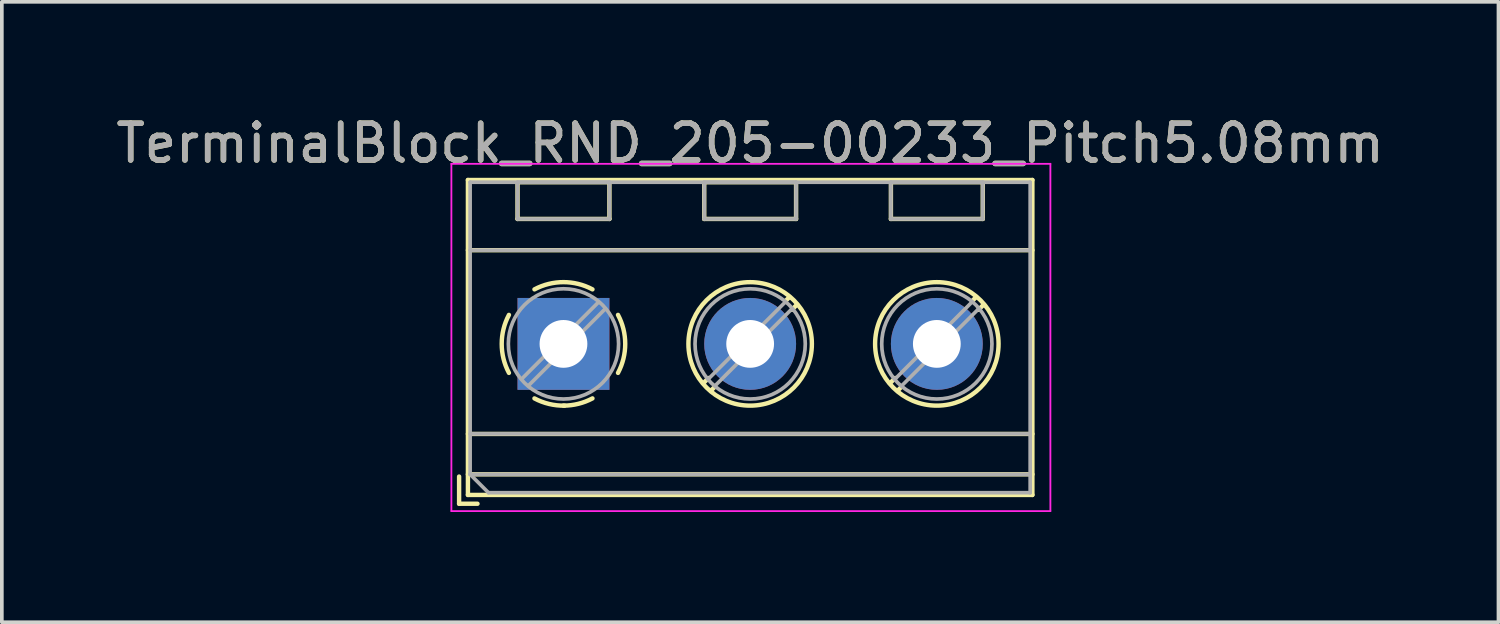
<source format=kicad_pcb>
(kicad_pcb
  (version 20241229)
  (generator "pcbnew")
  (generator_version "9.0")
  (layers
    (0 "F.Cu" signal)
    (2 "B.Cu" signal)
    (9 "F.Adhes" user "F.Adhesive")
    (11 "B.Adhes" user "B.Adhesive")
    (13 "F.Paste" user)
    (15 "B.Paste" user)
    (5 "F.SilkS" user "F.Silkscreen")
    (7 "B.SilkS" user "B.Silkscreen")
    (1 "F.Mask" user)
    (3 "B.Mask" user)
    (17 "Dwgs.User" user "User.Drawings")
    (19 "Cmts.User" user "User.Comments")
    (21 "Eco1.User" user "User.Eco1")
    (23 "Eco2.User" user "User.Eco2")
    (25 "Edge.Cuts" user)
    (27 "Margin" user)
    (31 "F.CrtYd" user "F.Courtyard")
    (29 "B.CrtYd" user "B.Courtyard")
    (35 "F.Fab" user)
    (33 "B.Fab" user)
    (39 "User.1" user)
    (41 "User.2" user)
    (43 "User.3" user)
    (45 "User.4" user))
  (footprint "TerminalBlock_RND_205-00233_Pitch5.08mm"
    (layer "F.Cu")
    (at 12.283 6.308)
    (property "Reference" "TerminalBlock_RND_205-00233_Pitch5.08mm" (at 5.08 -5.46 0) (layer "F.SilkS") (effects (font (size 1 1) (thickness 0.15))))
    (attr through_hole)
    (fp_line (start -2.84 3.61) (end -2.84 4.35) (stroke (width 0.12) (type solid)) (layer "F.SilkS"))
    (fp_line (start -2.84 4.35) (end -2.34 4.35) (stroke (width 0.12) (type solid)) (layer "F.SilkS"))
    (fp_line (start -2.6 -4.46) (end -2.6 4.11) (stroke (width 0.12) (type solid)) (layer "F.SilkS"))
    (fp_line (start -2.6 -2.55) (end 12.76 -2.55) (stroke (width 0.12) (type solid)) (layer "F.SilkS"))
    (fp_line (start -2.6 2.45) (end 12.76 2.45) (stroke (width 0.12) (type solid)) (layer "F.SilkS"))
    (fp_line (start -2.6 3.55) (end 12.76 3.55) (stroke (width 0.12) (type solid)) (layer "F.SilkS"))
    (fp_line (start -2.6 4.11) (end 12.76 4.11) (stroke (width 0.12) (type solid)) (layer "F.SilkS"))
    (fp_line (start -1.25 -4.4) (end -1.25 -3.4) (stroke (width 0.12) (type solid)) (layer "F.SilkS"))
    (fp_line (start -1.25 -4.4) (end 1.25 -4.4) (stroke (width 0.12) (type solid)) (layer "F.SilkS"))
    (fp_line (start -1.25 -3.4) (end 1.25 -3.4) (stroke (width 0.12) (type solid)) (layer "F.SilkS"))
    (fp_line (start 1.25 -4.4) (end 1.25 -3.4) (stroke (width 0.12) (type solid)) (layer "F.SilkS"))
    (fp_line (start 3.83 -4.4) (end 3.83 -3.4) (stroke (width 0.12) (type solid)) (layer "F.SilkS"))
    (fp_line (start 3.83 -4.4) (end 6.33 -4.4) (stroke (width 0.12) (type solid)) (layer "F.SilkS"))
    (fp_line (start 3.83 -3.4) (end 6.33 -3.4) (stroke (width 0.12) (type solid)) (layer "F.SilkS"))
    (fp_line (start 3.947 0.929) (end 3.806 1.069) (stroke (width 0.12) (type solid)) (layer "F.SilkS"))
    (fp_line (start 4.117 1.169) (end 4.011 1.274) (stroke (width 0.12) (type solid)) (layer "F.SilkS"))
    (fp_line (start 6.15 -1.275) (end 6.044 -1.169) (stroke (width 0.12) (type solid)) (layer "F.SilkS"))
    (fp_line (start 6.33 -4.4) (end 6.33 -3.4) (stroke (width 0.12) (type solid)) (layer "F.SilkS"))
    (fp_line (start 6.355 -1.069) (end 6.214 -0.929) (stroke (width 0.12) (type solid)) (layer "F.SilkS"))
    (fp_line (start 8.91 -4.4) (end 8.91 -3.4) (stroke (width 0.12) (type solid)) (layer "F.SilkS"))
    (fp_line (start 8.91 -4.4) (end 11.41 -4.4) (stroke (width 0.12) (type solid)) (layer "F.SilkS"))
    (fp_line (start 8.91 -3.4) (end 11.41 -3.4) (stroke (width 0.12) (type solid)) (layer "F.SilkS"))
    (fp_line (start 9.027 0.929) (end 8.886 1.069) (stroke (width 0.12) (type solid)) (layer "F.SilkS"))
    (fp_line (start 9.197 1.169) (end 9.091 1.274) (stroke (width 0.12) (type solid)) (layer "F.SilkS"))
    (fp_line (start 11.23 -1.275) (end 11.124 -1.169) (stroke (width 0.12) (type solid)) (layer "F.SilkS"))
    (fp_line (start 11.41 -4.4) (end 11.41 -3.4) (stroke (width 0.12) (type solid)) (layer "F.SilkS"))
    (fp_line (start 11.435 -1.069) (end 11.294 -0.929) (stroke (width 0.12) (type solid)) (layer "F.SilkS"))
    (fp_line (start 12.76 -4.46) (end -2.6 -4.46) (stroke (width 0.12) (type solid)) (layer "F.SilkS"))
    (fp_line (start 12.76 4.11) (end 12.76 -4.46) (stroke (width 0.12) (type solid)) (layer "F.SilkS"))
    (fp_arc (start -1.483953 0.789089) (mid -1.680708 0.00005) (end -1.484 -0.789) (stroke (width 0.12) (type solid)) (layer "F.SilkS"))
    (fp_arc (start -0.789089 -1.483953) (mid -0.00005 -1.680708) (end 0.789 -1.484) (stroke (width 0.12) (type solid)) (layer "F.SilkS"))
    (fp_arc (start 0.029383 1.68045) (mid -0.392304 1.634281) (end -0.789 1.484) (stroke (width 0.12) (type solid)) (layer "F.SilkS"))
    (fp_arc (start 0.788712 1.483352) (mid 0.406429 1.630097) (end 0 1.68) (stroke (width 0.12) (type solid)) (layer "F.SilkS"))
    (fp_arc (start 1.483953 -0.789089) (mid 1.680708 -0.00005) (end 1.484 0.789) (stroke (width 0.12) (type solid)) (layer "F.SilkS"))
    (fp_circle (center 5.08 0) (end 6.76 0) (stroke (width 0.12) (type solid)) (fill no) (layer "F.SilkS"))
    (fp_circle (center 10.16 0) (end 11.84 0) (stroke (width 0.12) (type solid)) (fill no) (layer "F.SilkS"))
    (fp_line (start -3.05 -4.9) (end -3.05 4.55) (stroke (width 0.05) (type solid)) (layer "F.CrtYd"))
    (fp_line (start -3.05 4.55) (end 13.25 4.55) (stroke (width 0.05) (type solid)) (layer "F.CrtYd"))
    (fp_line (start 13.25 -4.9) (end -3.05 -4.9) (stroke (width 0.05) (type solid)) (layer "F.CrtYd"))
    (fp_line (start 13.25 4.55) (end 13.25 -4.9) (stroke (width 0.05) (type solid)) (layer "F.CrtYd"))
    (fp_line (start -2.54 -4.4) (end 12.7 -4.4) (stroke (width 0.1) (type solid)) (layer "F.Fab"))
    (fp_line (start -2.54 -2.55) (end 12.7 -2.55) (stroke (width 0.1) (type solid)) (layer "F.Fab"))
    (fp_line (start -2.54 2.45) (end 12.7 2.45) (stroke (width 0.1) (type solid)) (layer "F.Fab"))
    (fp_line (start -2.54 3.55) (end -2.54 -4.4) (stroke (width 0.1) (type solid)) (layer "F.Fab"))
    (fp_line (start -2.54 3.55) (end 12.7 3.55) (stroke (width 0.1) (type solid)) (layer "F.Fab"))
    (fp_line (start -2.04 4.05) (end -2.54 3.55) (stroke (width 0.1) (type solid)) (layer "F.Fab"))
    (fp_line (start -1.25 -4.4) (end -1.25 -3.4) (stroke (width 0.1) (type solid)) (layer "F.Fab"))
    (fp_line (start -1.25 -3.4) (end 1.25 -3.4) (stroke (width 0.1) (type solid)) (layer "F.Fab"))
    (fp_line (start 0.955 -1.138) (end -1.138 0.955) (stroke (width 0.1) (type solid)) (layer "F.Fab"))
    (fp_line (start 1.138 -0.955) (end -0.955 1.138) (stroke (width 0.1) (type solid)) (layer "F.Fab"))
    (fp_line (start 1.25 -4.4) (end -1.25 -4.4) (stroke (width 0.1) (type solid)) (layer "F.Fab"))
    (fp_line (start 1.25 -3.4) (end 1.25 -4.4) (stroke (width 0.1) (type solid)) (layer "F.Fab"))
    (fp_line (start 3.83 -4.4) (end 3.83 -3.4) (stroke (width 0.1) (type solid)) (layer "F.Fab"))
    (fp_line (start 3.83 -3.4) (end 6.33 -3.4) (stroke (width 0.1) (type solid)) (layer "F.Fab"))
    (fp_line (start 6.035 -1.138) (end 3.943 0.955) (stroke (width 0.1) (type solid)) (layer "F.Fab"))
    (fp_line (start 6.218 -0.955) (end 4.126 1.138) (stroke (width 0.1) (type solid)) (layer "F.Fab"))
    (fp_line (start 6.33 -4.4) (end 3.83 -4.4) (stroke (width 0.1) (type solid)) (layer "F.Fab"))
    (fp_line (start 6.33 -3.4) (end 6.33 -4.4) (stroke (width 0.1) (type solid)) (layer "F.Fab"))
    (fp_line (start 8.91 -4.4) (end 8.91 -3.4) (stroke (width 0.1) (type solid)) (layer "F.Fab"))
    (fp_line (start 8.91 -3.4) (end 11.41 -3.4) (stroke (width 0.1) (type solid)) (layer "F.Fab"))
    (fp_line (start 11.115 -1.138) (end 9.023 0.955) (stroke (width 0.1) (type solid)) (layer "F.Fab"))
    (fp_line (start 11.298 -0.955) (end 9.206 1.138) (stroke (width 0.1) (type solid)) (layer "F.Fab"))
    (fp_line (start 11.41 -4.4) (end 8.91 -4.4) (stroke (width 0.1) (type solid)) (layer "F.Fab"))
    (fp_line (start 11.41 -3.4) (end 11.41 -4.4) (stroke (width 0.1) (type solid)) (layer "F.Fab"))
    (fp_line (start 12.7 -4.4) (end 12.7 4.05) (stroke (width 0.1) (type solid)) (layer "F.Fab"))
    (fp_line (start 12.7 4.05) (end -2.04 4.05) (stroke (width 0.1) (type solid)) (layer "F.Fab"))
    (fp_circle (center 0 0) (end 1.5 0) (stroke (width 0.1) (type solid)) (fill no) (layer "F.Fab"))
    (fp_circle (center 5.08 0) (end 6.58 0) (stroke (width 0.1) (type solid)) (fill no) (layer "F.Fab"))
    (fp_circle (center 10.16 0) (end 11.66 0) (stroke (width 0.1) (type solid)) (fill no) (layer "F.Fab"))
    (fp_text user "${REFERENCE}" (at 5.08 -5.46 0) (layer "F.Fab") (effects (font (size 1 1) (thickness 0.15))))
    (pad "1" thru_hole rect (at 0 0) (size 2.5 2.5) (drill 1.3) (layers "*.Cu" "*.Mask"))
    (pad "2" thru_hole oval (at 5.08 0) (size 2.5 2.5) (drill 1.3) (layers "*.Cu" "*.Mask"))
    (pad "3" thru_hole oval (at 10.16 0) (size 2.5 2.5) (drill 1.3) (layers "*.Cu" "*.Mask")))
  (gr_rect
    (start -3 -3)
    (end 37.726 13.883)
    (stroke (width 0.1) (type default))
    (fill no)
    (layer "Edge.Cuts")))
</source>
